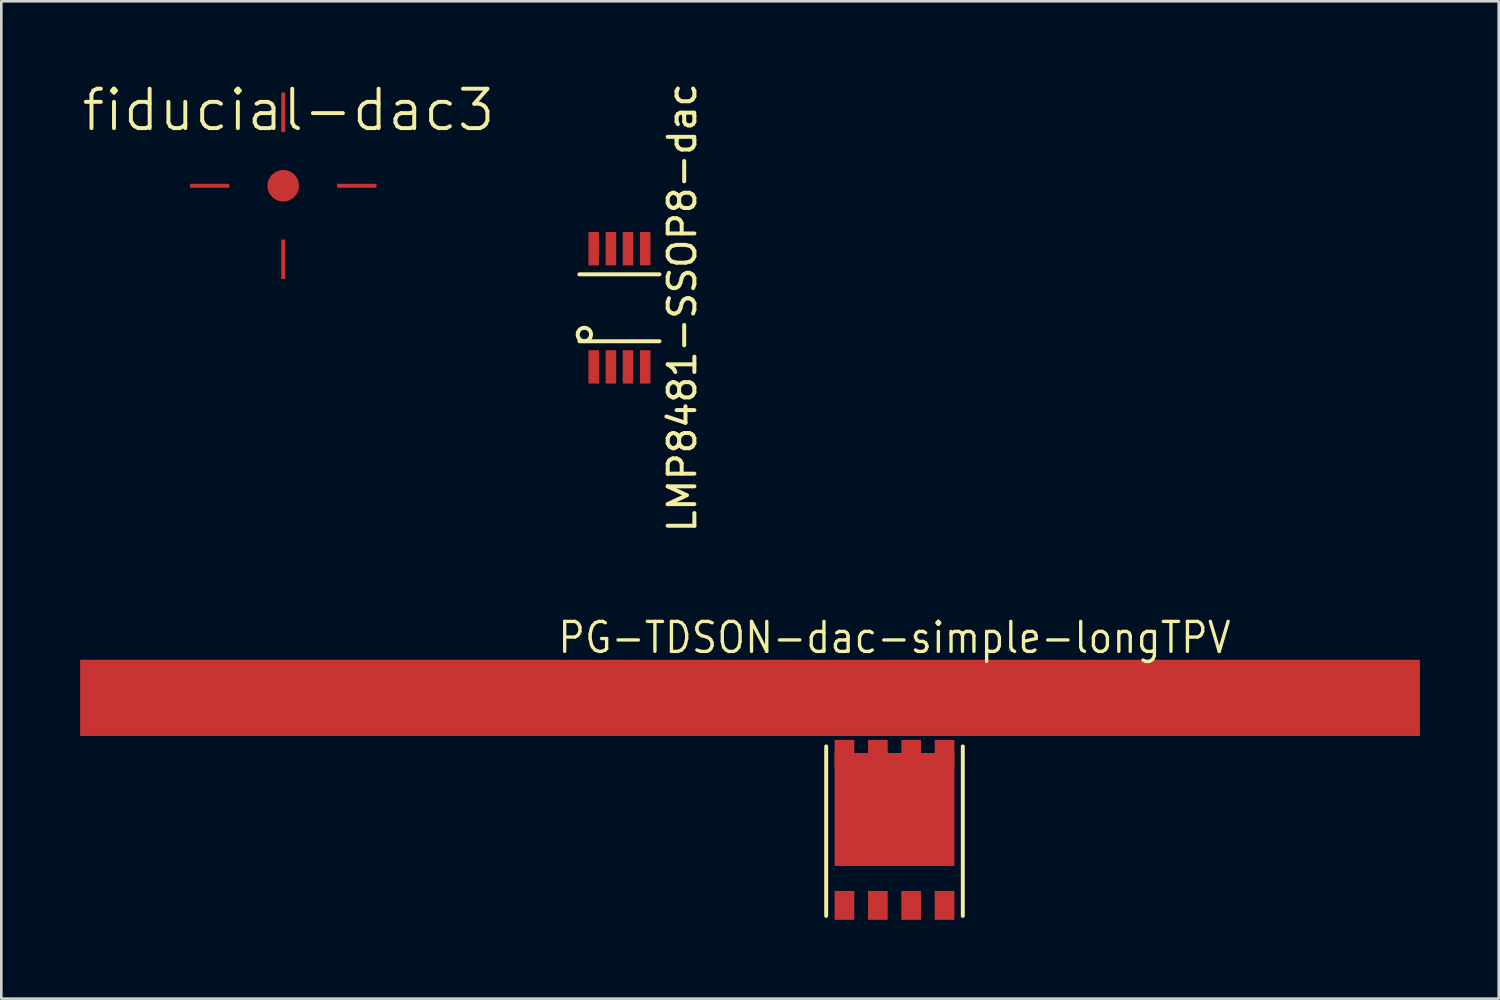
<source format=kicad_pcb>
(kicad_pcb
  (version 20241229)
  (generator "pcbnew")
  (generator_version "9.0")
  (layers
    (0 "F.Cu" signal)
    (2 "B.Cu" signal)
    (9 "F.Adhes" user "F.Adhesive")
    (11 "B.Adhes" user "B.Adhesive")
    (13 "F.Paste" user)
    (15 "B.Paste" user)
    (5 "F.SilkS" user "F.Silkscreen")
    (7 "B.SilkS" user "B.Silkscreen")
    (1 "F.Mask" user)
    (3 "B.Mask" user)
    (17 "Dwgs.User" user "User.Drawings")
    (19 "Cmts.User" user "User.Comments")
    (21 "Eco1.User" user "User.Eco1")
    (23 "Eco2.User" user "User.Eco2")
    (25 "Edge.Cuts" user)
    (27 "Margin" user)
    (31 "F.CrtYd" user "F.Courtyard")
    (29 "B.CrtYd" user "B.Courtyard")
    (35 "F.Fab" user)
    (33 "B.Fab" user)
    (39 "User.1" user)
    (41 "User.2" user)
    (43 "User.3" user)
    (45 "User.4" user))
  (footprint "LMP8481-SSOP8-dac"
    (layer "F.Cu")
    (at 20.53 8.666)
    (property "Reference" "LMP8481-SSOP8-dac" (at 2.39 0 90) (layer "F.SilkS") (effects (font (size 1.016 1.016) (thickness 0.152))))
    (attr smd)
    (fp_line (start -1.524 -1.274) (end 1.524 -1.274) (stroke (width 0.152) (type solid)) (layer "F.SilkS"))
    (fp_line (start 1.524 1.274) (end -1.524 1.274) (stroke (width 0.152) (type solid)) (layer "F.SilkS"))
    (fp_circle (center -1.336 1.016) (end -1.336 0.762) (stroke (width 0.152) (type solid)) (fill no) (layer "F.SilkS"))
    (pad "1" smd rect (at -0.98 2.25) (size 0.4 1.27) (layers "F.Cu" "F.Mask" "F.Paste"))
    (pad "2" smd rect (at -0.325 2.25) (size 0.4 1.27) (layers "F.Cu" "F.Mask" "F.Paste"))
    (pad "3" smd rect (at 0.325 2.25) (size 0.4 1.27) (layers "F.Cu" "F.Mask" "F.Paste"))
    (pad "4" smd rect (at 0.98 2.25) (size 0.4 1.27) (layers "F.Cu" "F.Mask" "F.Paste"))
    (pad "5" smd rect (at 0.98 -2.25) (size 0.4 1.27) (layers "F.Cu" "F.Mask" "F.Paste"))
    (pad "6" smd rect (at 0.325 -2.25) (size 0.4 1.27) (layers "F.Cu" "F.Mask" "F.Paste"))
    (pad "7" smd rect (at -0.325 -2.25) (size 0.4 1.27) (layers "F.Cu" "F.Mask" "F.Paste"))
    (pad "8" smd rect (at -0.98 -2.25) (size 0.4 1.27) (layers "F.Cu" "F.Mask" "F.Paste")))
  (footprint "PG-TDSON-dac-simple-longTPV"
    (layer "F.Cu")
    (at 31 30.114)
    (property "Reference" "PG-TDSON-dac-simple-longTPV" (at 0 -8.89 0) (layer "F.SilkS") (effects (font (size 1.143 1.016) (thickness 0.127))))
    (attr smd)
    (fp_line (start -2.6 -4.75) (end -2.6 1.7) (stroke (width 0.15) (type solid)) (layer "F.SilkS"))
    (fp_line (start 2.6 -4.75) (end 2.6 1.7) (stroke (width 0.15) (type solid)) (layer "F.SilkS"))
    (pad "D" smd rect (at -5.5 -6.6) (size 51 2.9) (layers "F.Cu"))
    (pad "D" smd rect (at -1.905 -4.5) (size 0.75 1) (layers "F.Cu" "F.Mask" "F.Paste"))
    (pad "D" smd rect (at -1.15 -3) (size 1.8 1.5) (layers "F.Cu" "F.Paste"))
    (pad "D" smd rect (at -1.15 -1.175) (size 1.8 1.5) (layers "F.Cu" "F.Paste"))
    (pad "D" smd rect (at -0.635 -4.5) (size 0.75 1) (layers "F.Cu" "F.Mask" "F.Paste"))
    (pad "D" smd rect (at 0 -2.35) (size 4.56 4.3) (layers "F.Cu" "F.Mask"))
    (pad "D" smd rect (at 0.635 -4.5) (size 0.75 1) (layers "F.Cu" "F.Mask" "F.Paste"))
    (pad "D" smd rect (at 1.15 -3) (size 1.8 1.5) (layers "F.Cu" "F.Paste"))
    (pad "D" smd rect (at 1.15 -1.175) (size 1.8 1.5) (layers "F.Cu" "F.Paste"))
    (pad "D" smd rect (at 1.905 -4.5) (size 0.75 1) (layers "F.Cu" "F.Mask" "F.Paste"))
    (pad "G" smd rect (at 1.905 1.3) (size 0.75 1.1) (layers "F.Cu" "F.Mask" "F.Paste"))
    (pad "S" smd rect (at -1.905 1.3) (size 0.75 1.1) (layers "F.Cu" "F.Mask" "F.Paste"))
    (pad "S" smd rect (at -0.635 1.3) (size 0.75 1.1) (layers "F.Cu" "F.Mask" "F.Paste"))
    (pad "S" smd rect (at 0.635 1.3) (size 0.75 1.1) (layers "F.Cu" "F.Mask" "F.Paste")))
  (footprint "fiducial-dac3"
    (layer "F.Cu")
    (at 7.732 4.021)
    (property "Reference" "fiducial-dac3" (at 0.2 -2.88 0) (layer "F.SilkS") (effects (font (size 1.5 1.5) (thickness 0.15))))
    (attr through_hole)
    (pad "" smd circle (at 0 0) (size 3.6 3.6) (layers "F.Mask"))
    (pad "01" smd circle (at 0 0) (size 1.2 1.2) (layers "F.Cu" "F.Mask"))
    (pad "2" smd rect (at 2.8 0) (size 1.5 0.15) (layers "F.Cu" "F.Mask"))
    (pad "3" smd rect (at 0 2.8) (size 0.15 1.5) (layers "F.Cu" "F.Mask"))
    (pad "4" smd rect (at 0 -2.8) (size 0.15 1.5) (layers "F.Cu" "F.Mask"))
    (pad "5" smd rect (at -2.8 0) (size 1.5 0.15) (layers "F.Cu" "F.Mask")))
  (gr_rect
    (start -3 -3)
    (end 54 34.964)
    (stroke (width 0.1) (type default))
    (fill no)
    (layer "Edge.Cuts")))
</source>
